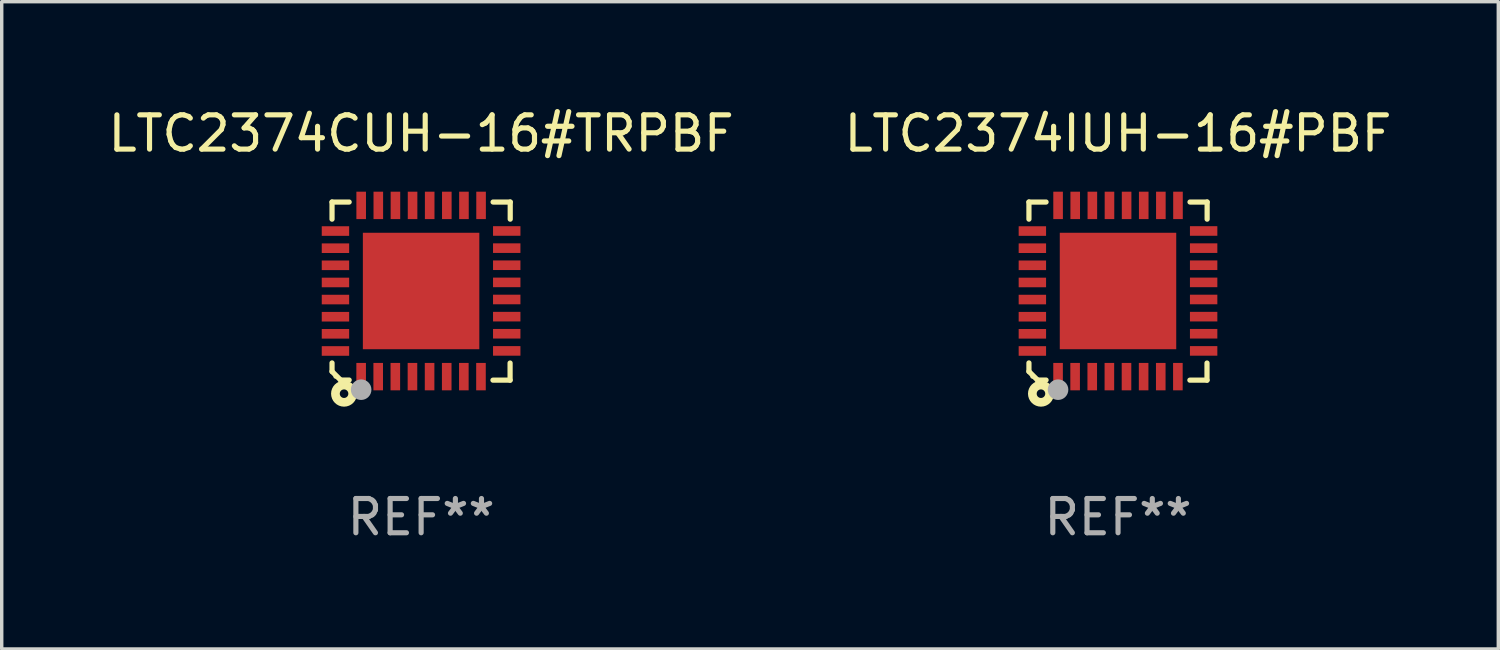
<source format=kicad_pcb>
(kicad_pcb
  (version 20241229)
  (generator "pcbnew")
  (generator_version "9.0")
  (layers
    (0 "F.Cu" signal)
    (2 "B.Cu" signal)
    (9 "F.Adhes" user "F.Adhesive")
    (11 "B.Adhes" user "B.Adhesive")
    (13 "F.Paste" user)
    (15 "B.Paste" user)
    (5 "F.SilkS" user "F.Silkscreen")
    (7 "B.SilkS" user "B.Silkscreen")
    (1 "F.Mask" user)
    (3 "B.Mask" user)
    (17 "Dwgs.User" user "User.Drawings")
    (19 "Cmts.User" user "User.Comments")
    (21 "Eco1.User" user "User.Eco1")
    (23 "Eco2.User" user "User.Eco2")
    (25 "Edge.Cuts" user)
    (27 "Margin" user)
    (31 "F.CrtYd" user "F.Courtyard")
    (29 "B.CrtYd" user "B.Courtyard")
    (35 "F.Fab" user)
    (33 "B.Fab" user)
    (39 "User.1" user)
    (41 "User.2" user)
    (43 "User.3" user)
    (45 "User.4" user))
  (footprint "LTC2374IUH-16#PBF"
    (layer "F.Cu")
    (at 29.589 5.448)
    (property "Reference" "LTC2374IUH-16#PBF" (at 0 -4.6 0) (layer "F.SilkS") (effects (font (size 1 1) (thickness 0.15))))
    (attr through_hole)
    (fp_line (start -2.601 2.097) (end -2.601 2.347) (stroke (width 0.152) (type solid)) (layer "F.SilkS"))
    (fp_line (start -2.601 2.347) (end -2.351 2.597) (stroke (width 0.152) (type solid)) (layer "F.SilkS"))
    (fp_line (start -2.601 -2.6) (end -2.601 -2.1) (stroke (width 0.152) (type solid)) (layer "F.SilkS"))
    (fp_line (start -2.601 -2.6) (end -2.101 -2.6) (stroke (width 0.152) (type solid)) (layer "F.SilkS"))
    (fp_line (start -2.351 2.597) (end -2.101 2.597) (stroke (width 0.152) (type solid)) (layer "F.SilkS"))
    (fp_line (start 2.597 2.6) (end 2.097 2.6) (stroke (width 0.152) (type solid)) (layer "F.SilkS"))
    (fp_line (start 2.597 2.6) (end 2.597 2.1) (stroke (width 0.152) (type solid)) (layer "F.SilkS"))
    (fp_line (start 2.601 -2.6) (end 2.101 -2.6) (stroke (width 0.152) (type solid)) (layer "F.SilkS"))
    (fp_line (start 2.601 -2.6) (end 2.601 -2.1) (stroke (width 0.152) (type solid)) (layer "F.SilkS"))
    (fp_circle (center -2.501 2.497) (end -2.471 2.497) (stroke (width 0.06) (type solid)) (fill no) (layer "F.SilkS"))
    (fp_circle (center -2.25 2.995) (end -2.125 2.995) (stroke (width 0.254) (type solid)) (fill no) (layer "F.SilkS"))
    (fp_circle (center -1.751 2.878) (end -1.601 2.878) (stroke (width 0.3) (type solid)) (fill no) (layer "F.Fab"))
    (fp_text user "REF**" (at 0 6.6 0) (layer "F.Fab") (effects (font (size 1 1) (thickness 0.15))))
    (pad "1" smd rect (at -1.751 2.497) (size 0.28 0.8) (layers "F.Cu" "F.Mask" "F.Paste"))
    (pad "2" smd rect (at -1.253 2.497) (size 0.28 0.8) (layers "F.Cu" "F.Mask" "F.Paste"))
    (pad "3" smd rect (at -0.753 2.497) (size 0.28 0.8) (layers "F.Cu" "F.Mask" "F.Paste"))
    (pad "4" smd rect (at -0.253 2.497) (size 0.28 0.8) (layers "F.Cu" "F.Mask" "F.Paste"))
    (pad "5" smd rect (at 0.247 2.497) (size 0.28 0.8) (layers "F.Cu" "F.Mask" "F.Paste"))
    (pad "6" smd rect (at 0.747 2.497) (size 0.28 0.8) (layers "F.Cu" "F.Mask" "F.Paste"))
    (pad "7" smd rect (at 1.247 2.497) (size 0.28 0.8) (layers "F.Cu" "F.Mask" "F.Paste"))
    (pad "8" smd rect (at 1.747 2.497) (size 0.28 0.8) (layers "F.Cu" "F.Mask" "F.Paste"))
    (pad "9" smd rect (at 2.499 1.746) (size 0.8 0.28) (layers "F.Cu" "F.Mask" "F.Paste"))
    (pad "10" smd rect (at 2.499 1.245) (size 0.8 0.28) (layers "F.Cu" "F.Mask" "F.Paste"))
    (pad "11" smd rect (at 2.499 0.746) (size 0.8 0.28) (layers "F.Cu" "F.Mask" "F.Paste"))
    (pad "12" smd rect (at 2.499 0.245) (size 0.8 0.28) (layers "F.Cu" "F.Mask" "F.Paste"))
    (pad "13" smd rect (at 2.499 -0.254) (size 0.8 0.28) (layers "F.Cu" "F.Mask" "F.Paste"))
    (pad "14" smd rect (at 2.499 -0.755) (size 0.8 0.28) (layers "F.Cu" "F.Mask" "F.Paste"))
    (pad "15" smd rect (at 2.499 -1.254) (size 0.8 0.28) (layers "F.Cu" "F.Mask" "F.Paste"))
    (pad "16" smd rect (at 2.499 -1.755) (size 0.8 0.28) (layers "F.Cu" "F.Mask" "F.Paste"))
    (pad "17" smd rect (at 1.75 -2.502) (size 0.28 0.8) (layers "F.Cu" "F.Mask" "F.Paste"))
    (pad "18" smd rect (at 1.25 -2.502) (size 0.28 0.8) (layers "F.Cu" "F.Mask" "F.Paste"))
    (pad "19" smd rect (at 0.75 -2.502) (size 0.28 0.8) (layers "F.Cu" "F.Mask" "F.Paste"))
    (pad "20" smd rect (at 0.25 -2.502) (size 0.28 0.8) (layers "F.Cu" "F.Mask" "F.Paste"))
    (pad "21" smd rect (at -0.25 -2.502) (size 0.28 0.8) (layers "F.Cu" "F.Mask" "F.Paste"))
    (pad "22" smd rect (at -0.75 -2.502) (size 0.28 0.8) (layers "F.Cu" "F.Mask" "F.Paste"))
    (pad "23" smd rect (at -1.25 -2.502) (size 0.28 0.8) (layers "F.Cu" "F.Mask" "F.Paste"))
    (pad "24" smd rect (at -1.75 -2.502) (size 0.28 0.8) (layers "F.Cu" "F.Mask" "F.Paste"))
    (pad "25" smd rect (at -2.501 -1.753) (size 0.8 0.28) (layers "F.Cu" "F.Mask" "F.Paste"))
    (pad "26" smd rect (at -2.501 -1.252) (size 0.8 0.28) (layers "F.Cu" "F.Mask" "F.Paste"))
    (pad "27" smd rect (at -2.501 -0.753) (size 0.8 0.28) (layers "F.Cu" "F.Mask" "F.Paste"))
    (pad "28" smd rect (at -2.501 -0.252) (size 0.8 0.28) (layers "F.Cu" "F.Mask" "F.Paste"))
    (pad "29" smd rect (at -2.501 0.247) (size 0.8 0.28) (layers "F.Cu" "F.Mask" "F.Paste"))
    (pad "30" smd rect (at -2.501 0.748) (size 0.8 0.28) (layers "F.Cu" "F.Mask" "F.Paste"))
    (pad "31" smd rect (at -2.501 1.247) (size 0.8 0.28) (layers "F.Cu" "F.Mask" "F.Paste"))
    (pad "32" smd rect (at -2.501 1.748) (size 0.8 0.28) (layers "F.Cu" "F.Mask" "F.Paste"))
    (pad "33" smd rect (at -0.001 -0.003 180) (size 3.4 3.4) (layers "F.Cu" "F.Mask" "F.Paste")))
  (footprint "LTC2374CUH-16#TRPBF"
    (layer "F.Cu")
    (at 9.244 5.448)
    (property "Reference" "LTC2374CUH-16#TRPBF" (at 0 -4.6 0) (layer "F.SilkS") (effects (font (size 1 1) (thickness 0.15))))
    (attr through_hole)
    (fp_line (start -2.601 2.097) (end -2.601 2.347) (stroke (width 0.152) (type solid)) (layer "F.SilkS"))
    (fp_line (start -2.601 2.347) (end -2.351 2.597) (stroke (width 0.152) (type solid)) (layer "F.SilkS"))
    (fp_line (start -2.601 -2.6) (end -2.601 -2.1) (stroke (width 0.152) (type solid)) (layer "F.SilkS"))
    (fp_line (start -2.601 -2.6) (end -2.101 -2.6) (stroke (width 0.152) (type solid)) (layer "F.SilkS"))
    (fp_line (start -2.351 2.597) (end -2.101 2.597) (stroke (width 0.152) (type solid)) (layer "F.SilkS"))
    (fp_line (start 2.597 2.6) (end 2.097 2.6) (stroke (width 0.152) (type solid)) (layer "F.SilkS"))
    (fp_line (start 2.597 2.6) (end 2.597 2.1) (stroke (width 0.152) (type solid)) (layer "F.SilkS"))
    (fp_line (start 2.601 -2.6) (end 2.101 -2.6) (stroke (width 0.152) (type solid)) (layer "F.SilkS"))
    (fp_line (start 2.601 -2.6) (end 2.601 -2.1) (stroke (width 0.152) (type solid)) (layer "F.SilkS"))
    (fp_circle (center -2.501 2.497) (end -2.471 2.497) (stroke (width 0.06) (type solid)) (fill no) (layer "F.SilkS"))
    (fp_circle (center -2.25 2.995) (end -2.125 2.995) (stroke (width 0.254) (type solid)) (fill no) (layer "F.SilkS"))
    (fp_circle (center -1.751 2.878) (end -1.601 2.878) (stroke (width 0.3) (type solid)) (fill no) (layer "F.Fab"))
    (fp_text user "REF**" (at 0 6.6 0) (layer "F.Fab") (effects (font (size 1 1) (thickness 0.15))))
    (pad "1" smd rect (at -1.751 2.497) (size 0.28 0.8) (layers "F.Cu" "F.Mask" "F.Paste"))
    (pad "2" smd rect (at -1.253 2.497) (size 0.28 0.8) (layers "F.Cu" "F.Mask" "F.Paste"))
    (pad "3" smd rect (at -0.753 2.497) (size 0.28 0.8) (layers "F.Cu" "F.Mask" "F.Paste"))
    (pad "4" smd rect (at -0.253 2.497) (size 0.28 0.8) (layers "F.Cu" "F.Mask" "F.Paste"))
    (pad "5" smd rect (at 0.247 2.497) (size 0.28 0.8) (layers "F.Cu" "F.Mask" "F.Paste"))
    (pad "6" smd rect (at 0.747 2.497) (size 0.28 0.8) (layers "F.Cu" "F.Mask" "F.Paste"))
    (pad "7" smd rect (at 1.247 2.497) (size 0.28 0.8) (layers "F.Cu" "F.Mask" "F.Paste"))
    (pad "8" smd rect (at 1.747 2.497) (size 0.28 0.8) (layers "F.Cu" "F.Mask" "F.Paste"))
    (pad "9" smd rect (at 2.499 1.746) (size 0.8 0.28) (layers "F.Cu" "F.Mask" "F.Paste"))
    (pad "10" smd rect (at 2.499 1.245) (size 0.8 0.28) (layers "F.Cu" "F.Mask" "F.Paste"))
    (pad "11" smd rect (at 2.499 0.746) (size 0.8 0.28) (layers "F.Cu" "F.Mask" "F.Paste"))
    (pad "12" smd rect (at 2.499 0.245) (size 0.8 0.28) (layers "F.Cu" "F.Mask" "F.Paste"))
    (pad "13" smd rect (at 2.499 -0.254) (size 0.8 0.28) (layers "F.Cu" "F.Mask" "F.Paste"))
    (pad "14" smd rect (at 2.499 -0.755) (size 0.8 0.28) (layers "F.Cu" "F.Mask" "F.Paste"))
    (pad "15" smd rect (at 2.499 -1.254) (size 0.8 0.28) (layers "F.Cu" "F.Mask" "F.Paste"))
    (pad "16" smd rect (at 2.499 -1.755) (size 0.8 0.28) (layers "F.Cu" "F.Mask" "F.Paste"))
    (pad "17" smd rect (at 1.75 -2.502) (size 0.28 0.8) (layers "F.Cu" "F.Mask" "F.Paste"))
    (pad "18" smd rect (at 1.25 -2.502) (size 0.28 0.8) (layers "F.Cu" "F.Mask" "F.Paste"))
    (pad "19" smd rect (at 0.75 -2.502) (size 0.28 0.8) (layers "F.Cu" "F.Mask" "F.Paste"))
    (pad "20" smd rect (at 0.25 -2.502) (size 0.28 0.8) (layers "F.Cu" "F.Mask" "F.Paste"))
    (pad "21" smd rect (at -0.25 -2.502) (size 0.28 0.8) (layers "F.Cu" "F.Mask" "F.Paste"))
    (pad "22" smd rect (at -0.75 -2.502) (size 0.28 0.8) (layers "F.Cu" "F.Mask" "F.Paste"))
    (pad "23" smd rect (at -1.25 -2.502) (size 0.28 0.8) (layers "F.Cu" "F.Mask" "F.Paste"))
    (pad "24" smd rect (at -1.75 -2.502) (size 0.28 0.8) (layers "F.Cu" "F.Mask" "F.Paste"))
    (pad "25" smd rect (at -2.501 -1.753) (size 0.8 0.28) (layers "F.Cu" "F.Mask" "F.Paste"))
    (pad "26" smd rect (at -2.501 -1.252) (size 0.8 0.28) (layers "F.Cu" "F.Mask" "F.Paste"))
    (pad "27" smd rect (at -2.501 -0.753) (size 0.8 0.28) (layers "F.Cu" "F.Mask" "F.Paste"))
    (pad "28" smd rect (at -2.501 -0.252) (size 0.8 0.28) (layers "F.Cu" "F.Mask" "F.Paste"))
    (pad "29" smd rect (at -2.501 0.247) (size 0.8 0.28) (layers "F.Cu" "F.Mask" "F.Paste"))
    (pad "30" smd rect (at -2.501 0.748) (size 0.8 0.28) (layers "F.Cu" "F.Mask" "F.Paste"))
    (pad "31" smd rect (at -2.501 1.247) (size 0.8 0.28) (layers "F.Cu" "F.Mask" "F.Paste"))
    (pad "32" smd rect (at -2.501 1.748) (size 0.8 0.28) (layers "F.Cu" "F.Mask" "F.Paste"))
    (pad "33" smd rect (at -0.001 -0.003 180) (size 3.4 3.4) (layers "F.Cu" "F.Mask" "F.Paste")))
  (gr_rect
    (start -3 -3)
    (end 40.69 15.896)
    (stroke (width 0.1) (type default))
    (fill no)
    (layer "Edge.Cuts")))
</source>
